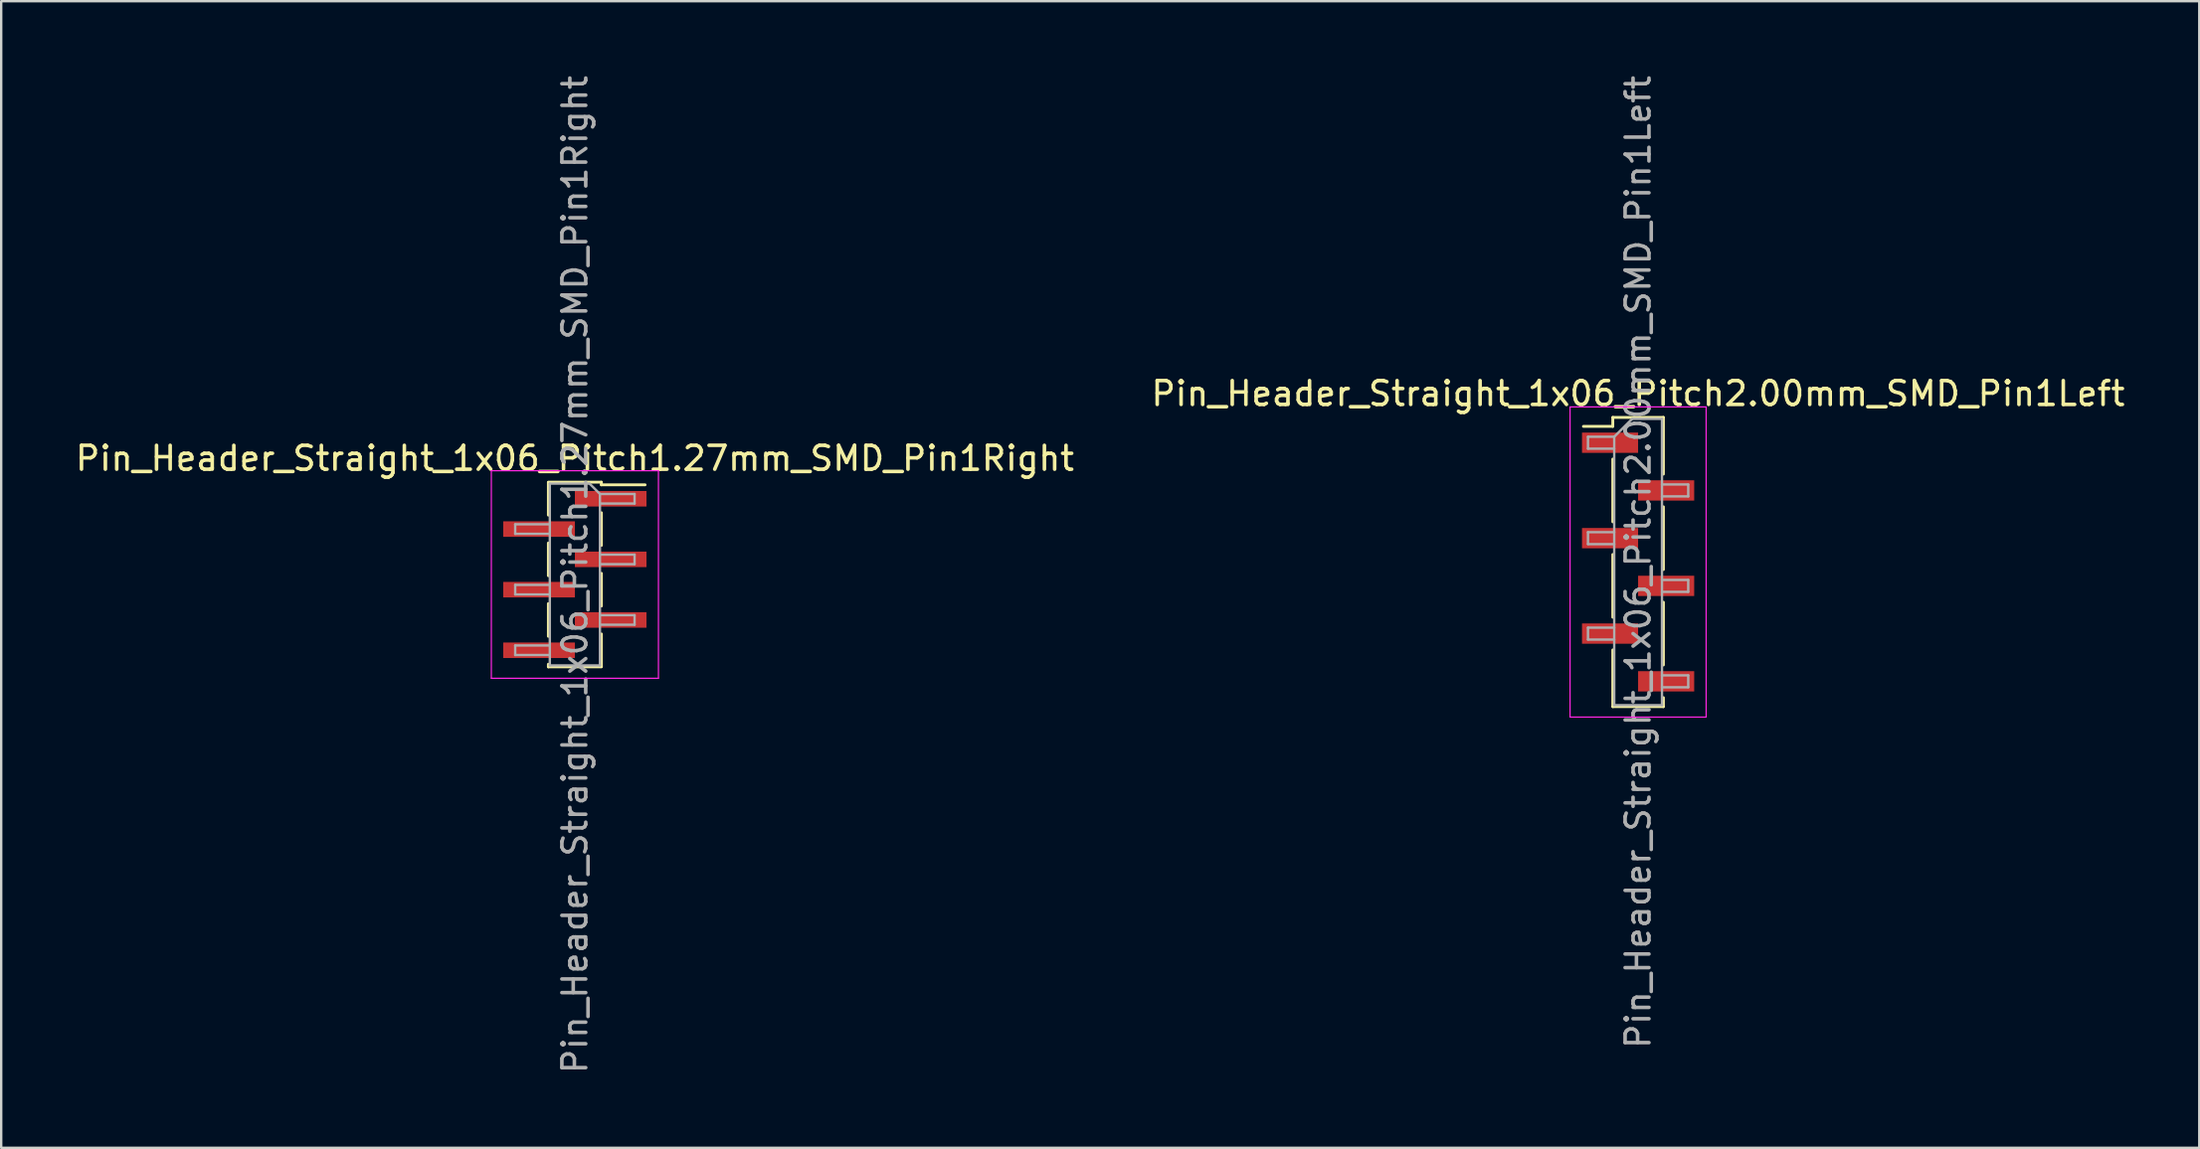
<source format=kicad_pcb>
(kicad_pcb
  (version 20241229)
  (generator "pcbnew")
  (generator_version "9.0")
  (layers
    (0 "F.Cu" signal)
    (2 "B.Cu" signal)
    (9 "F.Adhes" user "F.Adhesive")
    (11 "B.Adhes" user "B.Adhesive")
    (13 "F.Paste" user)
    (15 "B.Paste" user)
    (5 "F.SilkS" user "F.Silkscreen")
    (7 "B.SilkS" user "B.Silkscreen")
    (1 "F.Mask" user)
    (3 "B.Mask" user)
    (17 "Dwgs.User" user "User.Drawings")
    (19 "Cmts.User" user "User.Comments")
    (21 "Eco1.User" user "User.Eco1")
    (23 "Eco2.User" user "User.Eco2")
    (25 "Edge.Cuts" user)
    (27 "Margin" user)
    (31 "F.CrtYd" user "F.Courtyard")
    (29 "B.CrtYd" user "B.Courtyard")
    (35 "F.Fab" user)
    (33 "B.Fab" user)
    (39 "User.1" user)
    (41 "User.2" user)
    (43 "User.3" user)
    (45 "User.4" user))
  (footprint "Pin_Header_Straight_1x06_Pitch1.27mm_SMD_Pin1Right"
    (layer "F.Cu")
    (at 21.03 21.03)
    (property "Reference" "Pin_Header_Straight_1x06_Pitch1.27mm_SMD_Pin1Right" (at 0 -4.87 0) (layer "F.SilkS") (effects (font (size 1 1) (thickness 0.15))))
    (attr smd)
    (fp_line (start -1.11 -3.87) (end 1.11 -3.87) (stroke (width 0.12) (type solid)) (layer "F.SilkS"))
    (fp_line (start -1.11 -3.86) (end -1.11 -2.49) (stroke (width 0.12) (type solid)) (layer "F.SilkS"))
    (fp_line (start -1.11 -1.32) (end -1.11 0.05) (stroke (width 0.12) (type solid)) (layer "F.SilkS"))
    (fp_line (start -1.11 1.22) (end -1.11 2.59) (stroke (width 0.12) (type solid)) (layer "F.SilkS"))
    (fp_line (start -1.11 3.76) (end -1.11 3.87) (stroke (width 0.12) (type solid)) (layer "F.SilkS"))
    (fp_line (start -1.11 3.87) (end 1.11 3.87) (stroke (width 0.12) (type solid)) (layer "F.SilkS"))
    (fp_line (start 1.11 -3.87) (end 1.11 -3.76) (stroke (width 0.12) (type solid)) (layer "F.SilkS"))
    (fp_line (start 1.11 -3.76) (end 2.94 -3.76) (stroke (width 0.12) (type solid)) (layer "F.SilkS"))
    (fp_line (start 1.11 -2.59) (end 1.11 -1.22) (stroke (width 0.12) (type solid)) (layer "F.SilkS"))
    (fp_line (start 1.11 -0.05) (end 1.11 1.32) (stroke (width 0.12) (type solid)) (layer "F.SilkS"))
    (fp_line (start 1.11 2.49) (end 1.11 3.86) (stroke (width 0.12) (type solid)) (layer "F.SilkS"))
    (fp_line (start -3.5 -4.35) (end -3.5 4.35) (stroke (width 0.05) (type solid)) (layer "F.CrtYd"))
    (fp_line (start -3.5 4.35) (end 3.5 4.35) (stroke (width 0.05) (type solid)) (layer "F.CrtYd"))
    (fp_line (start 3.5 -4.35) (end -3.5 -4.35) (stroke (width 0.05) (type solid)) (layer "F.CrtYd"))
    (fp_line (start 3.5 4.35) (end 3.5 -4.35) (stroke (width 0.05) (type solid)) (layer "F.CrtYd"))
    (fp_line (start -2.5 -2.105) (end -2.5 -1.705) (stroke (width 0.1) (type solid)) (layer "F.Fab"))
    (fp_line (start -2.5 -1.705) (end -1.05 -1.705) (stroke (width 0.1) (type solid)) (layer "F.Fab"))
    (fp_line (start -2.5 0.435) (end -2.5 0.835) (stroke (width 0.1) (type solid)) (layer "F.Fab"))
    (fp_line (start -2.5 0.835) (end -1.05 0.835) (stroke (width 0.1) (type solid)) (layer "F.Fab"))
    (fp_line (start -2.5 2.975) (end -2.5 3.375) (stroke (width 0.1) (type solid)) (layer "F.Fab"))
    (fp_line (start -2.5 3.375) (end -1.05 3.375) (stroke (width 0.1) (type solid)) (layer "F.Fab"))
    (fp_line (start -1.05 -3.81) (end -1.05 3.81) (stroke (width 0.1) (type solid)) (layer "F.Fab"))
    (fp_line (start -1.05 -3.81) (end 0.615 -3.81) (stroke (width 0.1) (type solid)) (layer "F.Fab"))
    (fp_line (start -1.05 -2.105) (end -2.5 -2.105) (stroke (width 0.1) (type solid)) (layer "F.Fab"))
    (fp_line (start -1.05 0.435) (end -2.5 0.435) (stroke (width 0.1) (type solid)) (layer "F.Fab"))
    (fp_line (start -1.05 2.975) (end -2.5 2.975) (stroke (width 0.1) (type solid)) (layer "F.Fab"))
    (fp_line (start 1.05 -3.375) (end 0.615 -3.81) (stroke (width 0.1) (type solid)) (layer "F.Fab"))
    (fp_line (start 1.05 -3.375) (end 2.5 -3.375) (stroke (width 0.1) (type solid)) (layer "F.Fab"))
    (fp_line (start 1.05 -0.835) (end 2.5 -0.835) (stroke (width 0.1) (type solid)) (layer "F.Fab"))
    (fp_line (start 1.05 1.705) (end 2.5 1.705) (stroke (width 0.1) (type solid)) (layer "F.Fab"))
    (fp_line (start 1.05 3.81) (end -1.05 3.81) (stroke (width 0.1) (type solid)) (layer "F.Fab"))
    (fp_line (start 1.05 3.81) (end 1.05 -3.375) (stroke (width 0.1) (type solid)) (layer "F.Fab"))
    (fp_line (start 2.5 -3.375) (end 2.5 -2.975) (stroke (width 0.1) (type solid)) (layer "F.Fab"))
    (fp_line (start 2.5 -2.975) (end 1.05 -2.975) (stroke (width 0.1) (type solid)) (layer "F.Fab"))
    (fp_line (start 2.5 -0.835) (end 2.5 -0.435) (stroke (width 0.1) (type solid)) (layer "F.Fab"))
    (fp_line (start 2.5 -0.435) (end 1.05 -0.435) (stroke (width 0.1) (type solid)) (layer "F.Fab"))
    (fp_line (start 2.5 1.705) (end 2.5 2.105) (stroke (width 0.1) (type solid)) (layer "F.Fab"))
    (fp_line (start 2.5 2.105) (end 1.05 2.105) (stroke (width 0.1) (type solid)) (layer "F.Fab"))
    (fp_text user "${REFERENCE}" (at 0 0 90) (layer "F.Fab") (effects (font (size 1 1) (thickness 0.15))))
    (pad "1" smd rect (at 1.5 -3.175) (size 3 0.65) (layers "F.Cu" "F.Mask" "F.Paste"))
    (pad "2" smd rect (at -1.5 -1.905) (size 3 0.65) (layers "F.Cu" "F.Mask" "F.Paste"))
    (pad "3" smd rect (at 1.5 -0.635) (size 3 0.65) (layers "F.Cu" "F.Mask" "F.Paste"))
    (pad "4" smd rect (at -1.5 0.635) (size 3 0.65) (layers "F.Cu" "F.Mask" "F.Paste"))
    (pad "5" smd rect (at 1.5 1.905) (size 3 0.65) (layers "F.Cu" "F.Mask" "F.Paste"))
    (pad "6" smd rect (at -1.5 3.175) (size 3 0.65) (layers "F.Cu" "F.Mask" "F.Paste")))
  (footprint "Pin_Header_Straight_1x06_Pitch2.00mm_SMD_Pin1Left"
    (layer "F.Cu")
    (at 65.565 20.506)
    (property "Reference" "Pin_Header_Straight_1x06_Pitch2.00mm_SMD_Pin1Left" (at 0 -7.06 0) (layer "F.SilkS") (effects (font (size 1 1) (thickness 0.15))))
    (attr smd)
    (fp_line (start -1.06 -6.06) (end -1.06 -5.685) (stroke (width 0.12) (type solid)) (layer "F.SilkS"))
    (fp_line (start -1.06 -6.06) (end 1.06 -6.06) (stroke (width 0.12) (type solid)) (layer "F.SilkS"))
    (fp_line (start -1.06 -5.685) (end -2.29 -5.685) (stroke (width 0.12) (type solid)) (layer "F.SilkS"))
    (fp_line (start -1.06 -4.315) (end -1.06 -1.685) (stroke (width 0.12) (type solid)) (layer "F.SilkS"))
    (fp_line (start -1.06 -0.315) (end -1.06 2.315) (stroke (width 0.12) (type solid)) (layer "F.SilkS"))
    (fp_line (start -1.06 3.685) (end -1.06 6.06) (stroke (width 0.12) (type solid)) (layer "F.SilkS"))
    (fp_line (start -1.06 6.06) (end 1.06 6.06) (stroke (width 0.12) (type solid)) (layer "F.SilkS"))
    (fp_line (start 1.06 -6.06) (end 1.06 -3.685) (stroke (width 0.12) (type solid)) (layer "F.SilkS"))
    (fp_line (start 1.06 -2.315) (end 1.06 0.315) (stroke (width 0.12) (type solid)) (layer "F.SilkS"))
    (fp_line (start 1.06 1.685) (end 1.06 4.315) (stroke (width 0.12) (type solid)) (layer "F.SilkS"))
    (fp_line (start 1.06 5.685) (end 1.06 6.06) (stroke (width 0.12) (type solid)) (layer "F.SilkS"))
    (fp_line (start -2.85 -6.5) (end -2.85 6.5) (stroke (width 0.05) (type solid)) (layer "F.CrtYd"))
    (fp_line (start -2.85 6.5) (end 2.85 6.5) (stroke (width 0.05) (type solid)) (layer "F.CrtYd"))
    (fp_line (start 2.85 -6.5) (end -2.85 -6.5) (stroke (width 0.05) (type solid)) (layer "F.CrtYd"))
    (fp_line (start 2.85 6.5) (end 2.85 -6.5) (stroke (width 0.05) (type solid)) (layer "F.CrtYd"))
    (fp_line (start -2.1 -5.25) (end -2.1 -4.75) (stroke (width 0.1) (type solid)) (layer "F.Fab"))
    (fp_line (start -2.1 -4.75) (end -1 -4.75) (stroke (width 0.1) (type solid)) (layer "F.Fab"))
    (fp_line (start -2.1 -1.25) (end -2.1 -0.75) (stroke (width 0.1) (type solid)) (layer "F.Fab"))
    (fp_line (start -2.1 -0.75) (end -1 -0.75) (stroke (width 0.1) (type solid)) (layer "F.Fab"))
    (fp_line (start -2.1 2.75) (end -2.1 3.25) (stroke (width 0.1) (type solid)) (layer "F.Fab"))
    (fp_line (start -2.1 3.25) (end -1 3.25) (stroke (width 0.1) (type solid)) (layer "F.Fab"))
    (fp_line (start -1 -5.25) (end -2.1 -5.25) (stroke (width 0.1) (type solid)) (layer "F.Fab"))
    (fp_line (start -1 -5.25) (end -0.25 -6) (stroke (width 0.1) (type solid)) (layer "F.Fab"))
    (fp_line (start -1 -1.25) (end -2.1 -1.25) (stroke (width 0.1) (type solid)) (layer "F.Fab"))
    (fp_line (start -1 2.75) (end -2.1 2.75) (stroke (width 0.1) (type solid)) (layer "F.Fab"))
    (fp_line (start -1 6) (end -1 -5.25) (stroke (width 0.1) (type solid)) (layer "F.Fab"))
    (fp_line (start -0.25 -6) (end 1 -6) (stroke (width 0.1) (type solid)) (layer "F.Fab"))
    (fp_line (start 1 -6) (end 1 6) (stroke (width 0.1) (type solid)) (layer "F.Fab"))
    (fp_line (start 1 -3.25) (end 2.1 -3.25) (stroke (width 0.1) (type solid)) (layer "F.Fab"))
    (fp_line (start 1 0.75) (end 2.1 0.75) (stroke (width 0.1) (type solid)) (layer "F.Fab"))
    (fp_line (start 1 4.75) (end 2.1 4.75) (stroke (width 0.1) (type solid)) (layer "F.Fab"))
    (fp_line (start 1 6) (end -1 6) (stroke (width 0.1) (type solid)) (layer "F.Fab"))
    (fp_line (start 2.1 -3.25) (end 2.1 -2.75) (stroke (width 0.1) (type solid)) (layer "F.Fab"))
    (fp_line (start 2.1 -2.75) (end 1 -2.75) (stroke (width 0.1) (type solid)) (layer "F.Fab"))
    (fp_line (start 2.1 0.75) (end 2.1 1.25) (stroke (width 0.1) (type solid)) (layer "F.Fab"))
    (fp_line (start 2.1 1.25) (end 1 1.25) (stroke (width 0.1) (type solid)) (layer "F.Fab"))
    (fp_line (start 2.1 4.75) (end 2.1 5.25) (stroke (width 0.1) (type solid)) (layer "F.Fab"))
    (fp_line (start 2.1 5.25) (end 1 5.25) (stroke (width 0.1) (type solid)) (layer "F.Fab"))
    (fp_text user "${REFERENCE}" (at 0 0 90) (layer "F.Fab") (effects (font (size 1 1) (thickness 0.15))))
    (pad "1" smd rect (at -1.175 -5) (size 2.35 0.85) (layers "F.Cu" "F.Mask" "F.Paste"))
    (pad "2" smd rect (at 1.175 -3) (size 2.35 0.85) (layers "F.Cu" "F.Mask" "F.Paste"))
    (pad "3" smd rect (at -1.175 -1) (size 2.35 0.85) (layers "F.Cu" "F.Mask" "F.Paste"))
    (pad "4" smd rect (at 1.175 1) (size 2.35 0.85) (layers "F.Cu" "F.Mask" "F.Paste"))
    (pad "5" smd rect (at -1.175 3) (size 2.35 0.85) (layers "F.Cu" "F.Mask" "F.Paste"))
    (pad "6" smd rect (at 1.175 5) (size 2.35 0.85) (layers "F.Cu" "F.Mask" "F.Paste")))
  (gr_rect
    (start -3 -3)
    (end 89.071 45.06)
    (stroke (width 0.1) (type default))
    (fill no)
    (layer "Edge.Cuts")))
</source>
